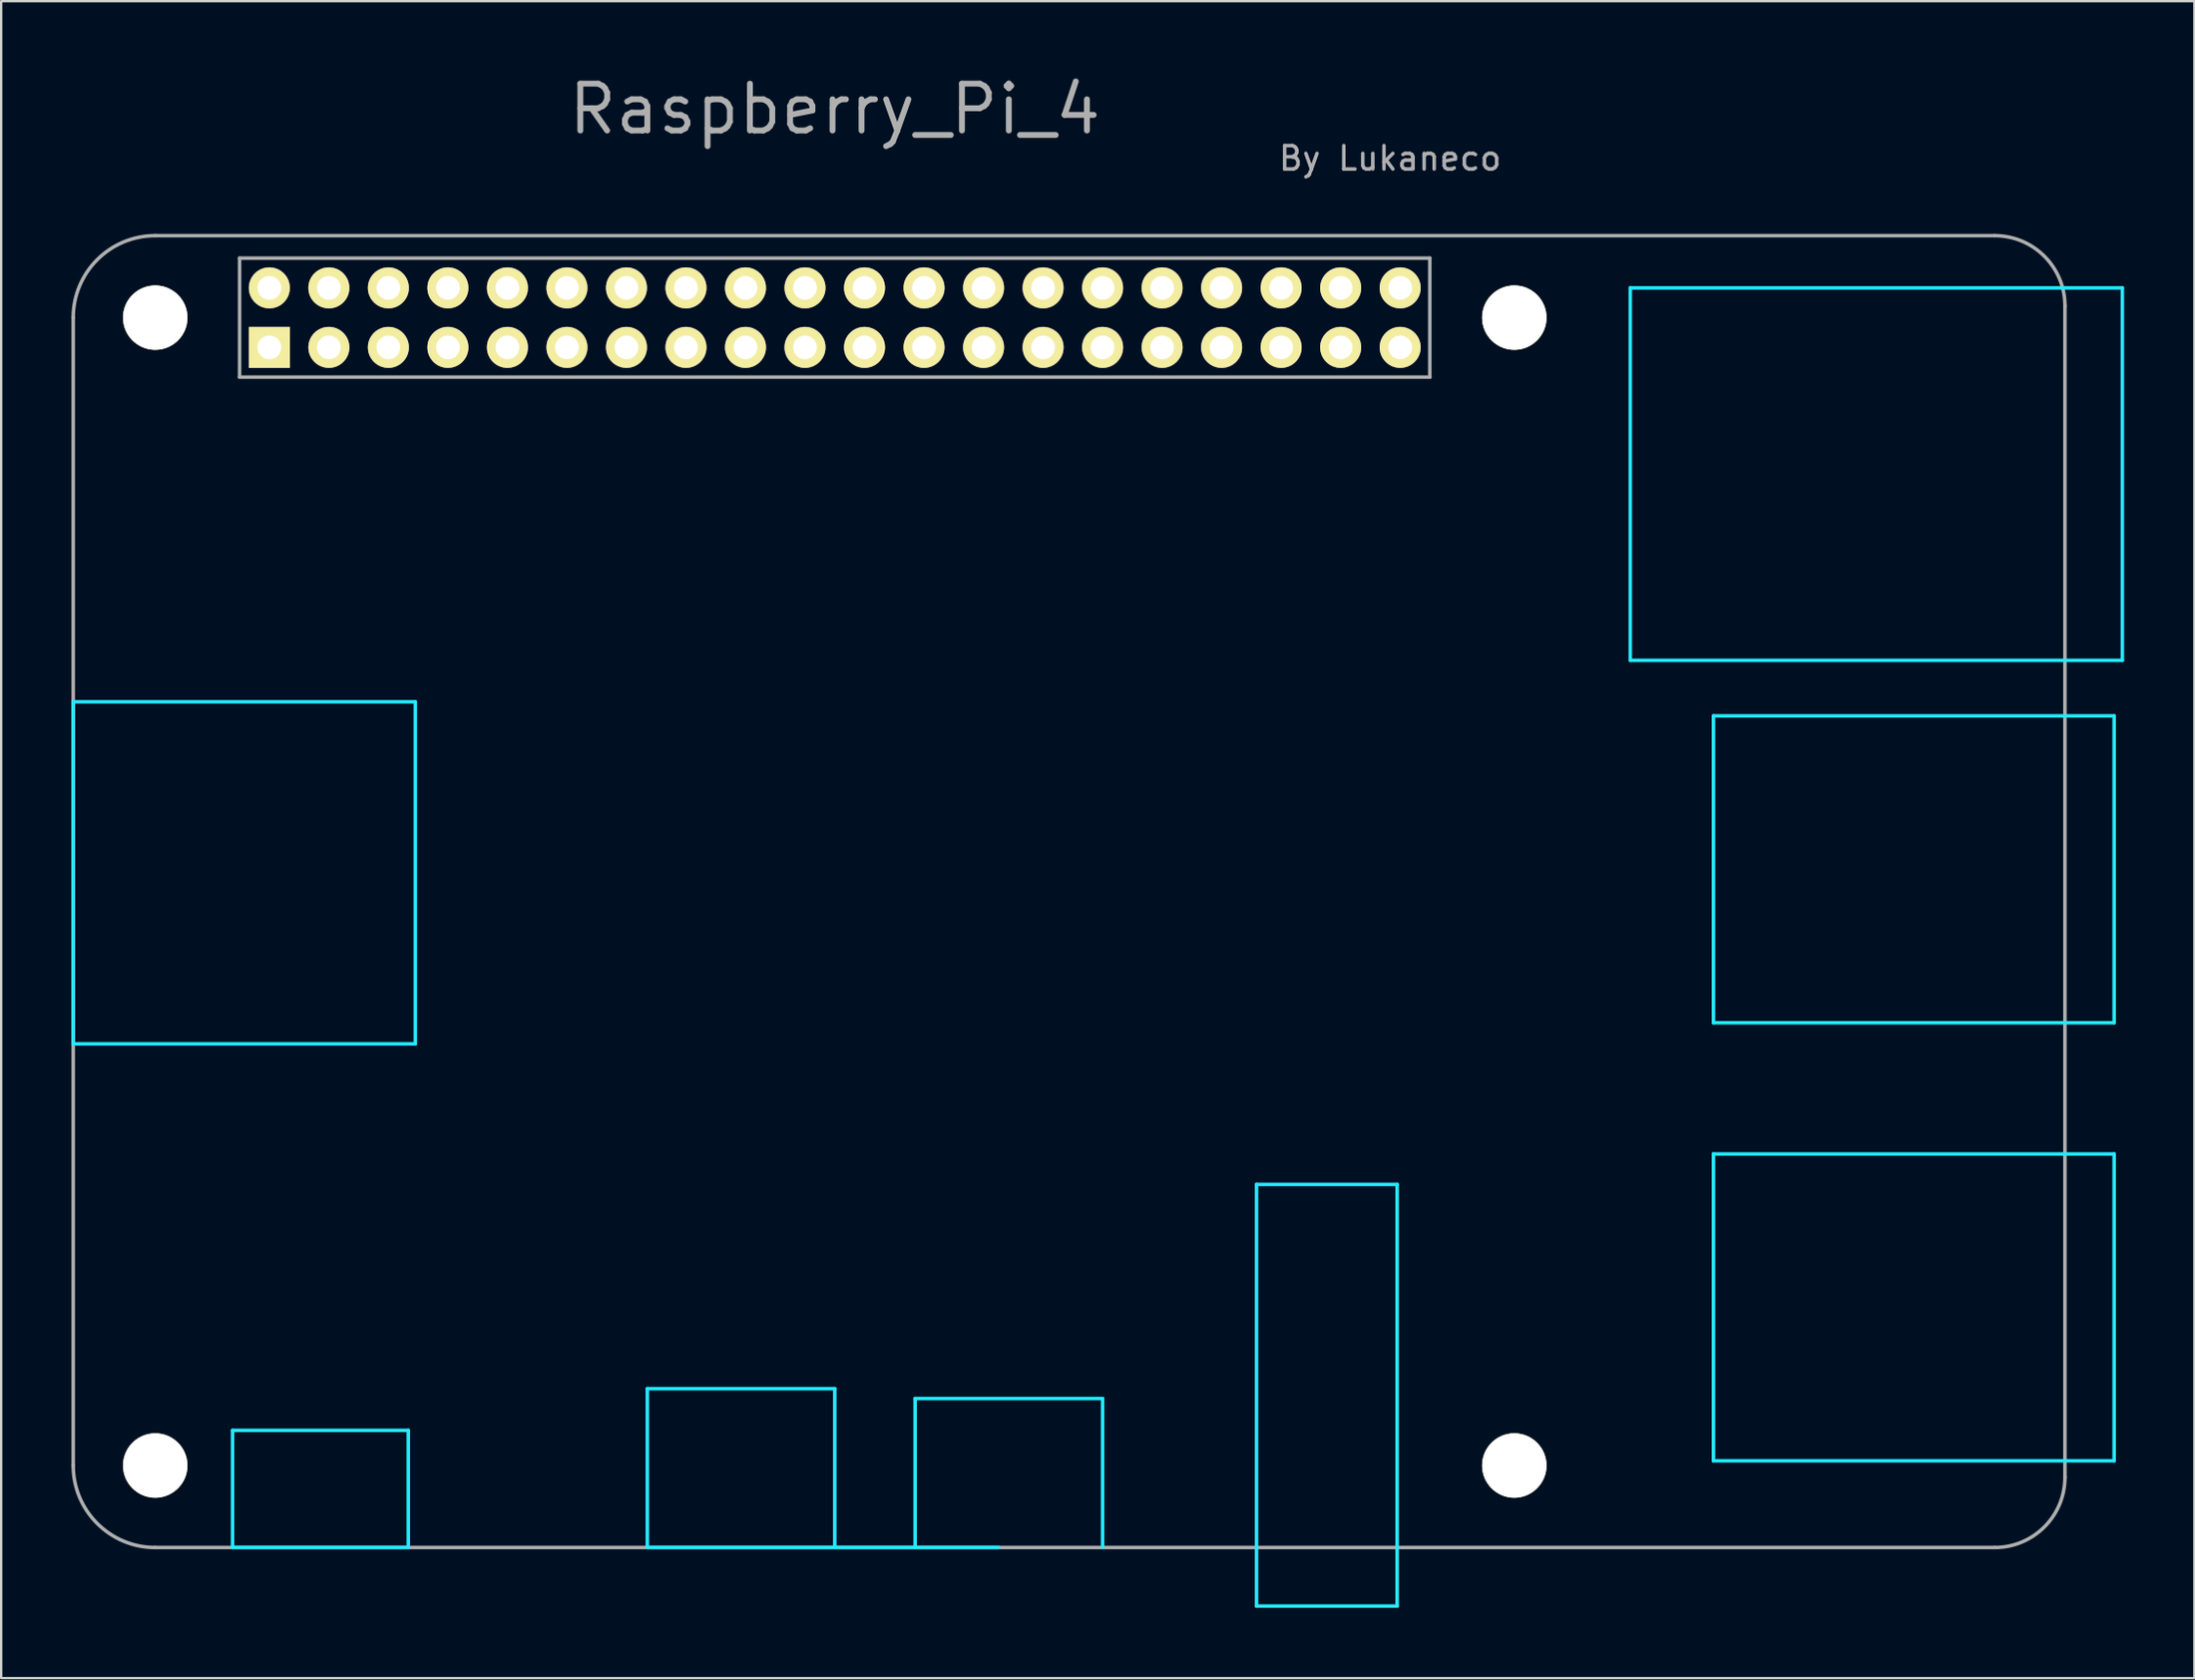
<source format=kicad_pcb>
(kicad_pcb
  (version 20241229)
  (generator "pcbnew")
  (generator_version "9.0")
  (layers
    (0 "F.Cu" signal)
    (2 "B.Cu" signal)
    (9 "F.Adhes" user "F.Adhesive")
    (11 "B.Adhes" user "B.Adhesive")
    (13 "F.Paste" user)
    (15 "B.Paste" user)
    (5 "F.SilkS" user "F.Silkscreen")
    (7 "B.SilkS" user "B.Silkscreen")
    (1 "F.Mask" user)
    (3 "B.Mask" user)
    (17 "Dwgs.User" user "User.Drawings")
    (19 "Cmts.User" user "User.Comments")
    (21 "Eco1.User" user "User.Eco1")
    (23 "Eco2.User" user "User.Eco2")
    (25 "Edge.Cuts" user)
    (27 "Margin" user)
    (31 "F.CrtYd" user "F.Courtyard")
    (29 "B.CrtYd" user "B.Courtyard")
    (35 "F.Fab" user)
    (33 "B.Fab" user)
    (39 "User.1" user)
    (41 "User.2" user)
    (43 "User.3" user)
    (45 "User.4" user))
  (footprint "Raspberry_Pi_4"
    (layer "F.Cu")
    (at 32.575 10.509)
    (property "Reference" "Raspberry_Pi_4" (at 0 -8.9 0) (layer "F.Fab") (effects (font (size 2 2) (thickness 0.25))))
    (attr through_hole)
    (fp_line (start -32.5 16.4) (end -32.5 31) (stroke (width 0.15) (type solid)) (layer "B.CrtYd"))
    (fp_line (start -25.7 52.5) (end -25.7 47.5) (stroke (width 0.15) (type solid)) (layer "B.CrtYd"))
    (fp_line (start -18.2 47.5) (end -25.7 47.5) (stroke (width 0.15) (type solid)) (layer "B.CrtYd"))
    (fp_line (start -18.2 52.5) (end -25.7 52.5) (stroke (width 0.15) (type solid)) (layer "B.CrtYd"))
    (fp_line (start -18.2 52.5) (end -18.2 47.5) (stroke (width 0.15) (type solid)) (layer "B.CrtYd"))
    (fp_line (start -17.9 16.4) (end -32.5 16.4) (stroke (width 0.15) (type solid)) (layer "B.CrtYd"))
    (fp_line (start -17.9 16.4) (end -17.9 31) (stroke (width 0.15) (type solid)) (layer "B.CrtYd"))
    (fp_line (start -17.9 31) (end -32.5 31) (stroke (width 0.15) (type solid)) (layer "B.CrtYd"))
    (fp_line (start -8 45.72) (end -8 52.5) (stroke (width 0.15) (type solid)) (layer "B.CrtYd"))
    (fp_line (start -8 45.72) (end 0 45.72) (stroke (width 0.15) (type solid)) (layer "B.CrtYd"))
    (fp_line (start 0 52.5) (end 0 45.72) (stroke (width 0.15) (type solid)) (layer "B.CrtYd"))
    (fp_line (start 3.43 46.14) (end 3.43 52.502) (stroke (width 0.15) (type solid)) (layer "B.CrtYd"))
    (fp_line (start 3.43 46.14) (end 11.43 46.14) (stroke (width 0.15) (type solid)) (layer "B.CrtYd"))
    (fp_line (start 7 52.5) (end -8 52.5) (stroke (width 0.15) (type solid)) (layer "B.CrtYd"))
    (fp_line (start 11.43 52.502) (end 11.43 46.14) (stroke (width 0.15) (type solid)) (layer "B.CrtYd"))
    (fp_line (start 18 37) (end 18 55) (stroke (width 0.15) (type solid)) (layer "B.CrtYd"))
    (fp_line (start 18 55) (end 24 55) (stroke (width 0.15) (type solid)) (layer "B.CrtYd"))
    (fp_line (start 24 37) (end 18 37) (stroke (width 0.15) (type solid)) (layer "B.CrtYd"))
    (fp_line (start 24 55) (end 24 37) (stroke (width 0.15) (type solid)) (layer "B.CrtYd"))
    (fp_line (start 33.95 -1.27) (end 54.95 -1.27) (stroke (width 0.15) (type solid)) (layer "B.CrtYd"))
    (fp_line (start 33.95 14.63) (end 33.95 -1.27) (stroke (width 0.15) (type solid)) (layer "B.CrtYd"))
    (fp_line (start 37.5 17) (end 54.6 17) (stroke (width 0.15) (type solid)) (layer "B.CrtYd"))
    (fp_line (start 37.5 30.1) (end 37.5 17) (stroke (width 0.15) (type solid)) (layer "B.CrtYd"))
    (fp_line (start 37.5 35.7) (end 37.5 48.8) (stroke (width 0.15) (type solid)) (layer "B.CrtYd"))
    (fp_line (start 37.5 35.7) (end 54.6 35.7) (stroke (width 0.15) (type solid)) (layer "B.CrtYd"))
    (fp_line (start 54.6 30.1) (end 37.5 30.1) (stroke (width 0.15) (type solid)) (layer "B.CrtYd"))
    (fp_line (start 54.6 30.1) (end 54.6 17) (stroke (width 0.15) (type solid)) (layer "B.CrtYd"))
    (fp_line (start 54.6 48.8) (end 37.5 48.8) (stroke (width 0.15) (type solid)) (layer "B.CrtYd"))
    (fp_line (start 54.6 48.8) (end 54.6 35.7) (stroke (width 0.15) (type solid)) (layer "B.CrtYd"))
    (fp_line (start 54.95 14.63) (end 33.95 14.63) (stroke (width 0.15) (type solid)) (layer "B.CrtYd"))
    (fp_line (start 54.95 14.63) (end 54.95 -1.27) (stroke (width 0.15) (type solid)) (layer "B.CrtYd"))
    (fp_line (start -32.5 49) (end -32.5 0) (stroke (width 0.15) (type solid)) (layer "F.Fab"))
    (fp_line (start -29 52.5) (end 49.5 52.5) (stroke (width 0.15) (type solid)) (layer "F.Fab"))
    (fp_line (start -25.4 -2.54) (end -25.4 2.54) (stroke (width 0.15) (type solid)) (layer "F.Fab"))
    (fp_line (start -25.4 -2.54) (end 25.4 -2.54) (stroke (width 0.15) (type solid)) (layer "F.Fab"))
    (fp_line (start 25.395 2.54) (end 25.395 -2.54) (stroke (width 0.15) (type solid)) (layer "F.Fab"))
    (fp_line (start 25.4 2.54) (end -25.4 2.54) (stroke (width 0.15) (type solid)) (layer "F.Fab"))
    (fp_line (start 49.5 -3.5) (end -29 -3.5) (stroke (width 0.15) (type solid)) (layer "F.Fab"))
    (fp_line (start 52.5 49.5) (end 52.5 -0.5) (stroke (width 0.15) (type solid)) (layer "F.Fab"))
    (fp_arc (start -32.5 0) (mid -31.474874 -2.474874) (end -29 -3.5) (stroke (width 0.15) (type solid)) (layer "F.Fab"))
    (fp_arc (start -29 52.5) (mid -31.474874 51.474874) (end -32.5 49) (stroke (width 0.15) (type solid)) (layer "F.Fab"))
    (fp_arc (start 49.5 -3.5) (mid 51.62132 -2.62132) (end 52.5 -0.5) (stroke (width 0.15) (type solid)) (layer "F.Fab"))
    (fp_arc (start 52.5 49.5) (mid 51.62132 51.62132) (end 49.5 52.5) (stroke (width 0.15) (type solid)) (layer "F.Fab"))
    (fp_text user "By Lukaneco" (at 23.7 -6.8 0) (layer "F.Fab") (effects (font (size 1 1) (thickness 0.15))))
    (pad "" np_thru_hole circle (at -29 0) (size 2.75 2.75) (drill 2.75) (layers "*.Cu" "*.Mask" "F.SilkS"))
    (pad "" np_thru_hole circle (at -29 49) (size 2.75 2.75) (drill 2.75) (layers "*.Cu" "*.Mask" "F.SilkS"))
    (pad "" np_thru_hole circle (at 29 0) (size 2.75 2.75) (drill 2.75) (layers "*.Cu" "*.Mask" "F.SilkS"))
    (pad "" np_thru_hole circle (at 29 49) (size 2.75 2.75) (drill 2.75) (layers "*.Cu" "*.Mask" "F.SilkS"))
    (pad "1" thru_hole rect (at -24.13 1.27) (size 1.75 1.75) (drill 1.016) (layers "*.Cu" "*.Mask" "F.SilkS"))
    (pad "2" thru_hole circle (at -24.13 -1.27) (size 1.75 1.75) (drill 1.016) (layers "*.Cu" "*.Mask" "F.SilkS"))
    (pad "3" thru_hole circle (at -21.59 1.27) (size 1.75 1.75) (drill 1.016) (layers "*.Cu" "*.Mask" "F.SilkS"))
    (pad "4" thru_hole circle (at -21.59 -1.27) (size 1.75 1.75) (drill 1.016) (layers "*.Cu" "*.Mask" "F.SilkS"))
    (pad "5" thru_hole circle (at -19.05 1.27) (size 1.75 1.75) (drill 1.016) (layers "*.Cu" "*.Mask" "F.SilkS"))
    (pad "6" thru_hole circle (at -19.05 -1.27) (size 1.75 1.75) (drill 1.016) (layers "*.Cu" "*.Mask" "F.SilkS"))
    (pad "7" thru_hole circle (at -16.51 1.27) (size 1.75 1.75) (drill 1.016) (layers "*.Cu" "*.Mask" "F.SilkS"))
    (pad "8" thru_hole circle (at -16.51 -1.27) (size 1.75 1.75) (drill 1.016) (layers "*.Cu" "*.Mask" "F.SilkS"))
    (pad "9" thru_hole circle (at -13.97 1.27) (size 1.75 1.75) (drill 1.016) (layers "*.Cu" "*.Mask" "F.SilkS"))
    (pad "10" thru_hole circle (at -13.97 -1.27) (size 1.75 1.75) (drill 1.016) (layers "*.Cu" "*.Mask" "F.SilkS"))
    (pad "11" thru_hole circle (at -11.43 1.27) (size 1.75 1.75) (drill 1.016) (layers "*.Cu" "*.Mask" "F.SilkS"))
    (pad "12" thru_hole circle (at -11.43 -1.27) (size 1.75 1.75) (drill 1.016) (layers "*.Cu" "*.Mask" "F.SilkS"))
    (pad "13" thru_hole circle (at -8.89 1.27) (size 1.75 1.75) (drill 1.016) (layers "*.Cu" "*.Mask" "F.SilkS"))
    (pad "14" thru_hole circle (at -8.89 -1.27) (size 1.75 1.75) (drill 1.016) (layers "*.Cu" "*.Mask" "F.SilkS"))
    (pad "15" thru_hole circle (at -6.35 1.27) (size 1.75 1.75) (drill 1.016) (layers "*.Cu" "*.Mask" "F.SilkS"))
    (pad "16" thru_hole circle (at -6.35 -1.27) (size 1.75 1.75) (drill 1.016) (layers "*.Cu" "*.Mask" "F.SilkS"))
    (pad "17" thru_hole circle (at -3.81 1.27) (size 1.75 1.75) (drill 1.016) (layers "*.Cu" "*.Mask" "F.SilkS"))
    (pad "18" thru_hole circle (at -3.81 -1.27) (size 1.75 1.75) (drill 1.016) (layers "*.Cu" "*.Mask" "F.SilkS"))
    (pad "19" thru_hole circle (at -1.27 1.27) (size 1.75 1.75) (drill 1.016) (layers "*.Cu" "*.Mask" "F.SilkS"))
    (pad "20" thru_hole circle (at -1.27 -1.27) (size 1.75 1.75) (drill 1.016) (layers "*.Cu" "*.Mask" "F.SilkS"))
    (pad "21" thru_hole circle (at 1.27 1.27) (size 1.75 1.75) (drill 1.016) (layers "*.Cu" "*.Mask" "F.SilkS"))
    (pad "22" thru_hole circle (at 1.27 -1.27) (size 1.75 1.75) (drill 1.016) (layers "*.Cu" "*.Mask" "F.SilkS"))
    (pad "23" thru_hole circle (at 3.81 1.27) (size 1.75 1.75) (drill 1.016) (layers "*.Cu" "*.Mask" "F.SilkS"))
    (pad "24" thru_hole circle (at 3.81 -1.27) (size 1.75 1.75) (drill 1.016) (layers "*.Cu" "*.Mask" "F.SilkS"))
    (pad "25" thru_hole circle (at 6.35 1.27) (size 1.75 1.75) (drill 1.016) (layers "*.Cu" "*.Mask" "F.SilkS"))
    (pad "26" thru_hole circle (at 6.35 -1.27) (size 1.75 1.75) (drill 1.016) (layers "*.Cu" "*.Mask" "F.SilkS"))
    (pad "27" thru_hole circle (at 8.89 1.27) (size 1.75 1.75) (drill 1.016) (layers "*.Cu" "*.Mask" "F.SilkS"))
    (pad "28" thru_hole circle (at 8.89 -1.27) (size 1.75 1.75) (drill 1.016) (layers "*.Cu" "*.Mask" "F.SilkS"))
    (pad "29" thru_hole circle (at 11.43 1.27) (size 1.75 1.75) (drill 1.016) (layers "*.Cu" "*.Mask" "F.SilkS"))
    (pad "30" thru_hole circle (at 11.43 -1.27) (size 1.75 1.75) (drill 1.016) (layers "*.Cu" "*.Mask" "F.SilkS"))
    (pad "31" thru_hole circle (at 13.97 1.27) (size 1.75 1.75) (drill 1.016) (layers "*.Cu" "*.Mask" "F.SilkS"))
    (pad "32" thru_hole circle (at 13.97 -1.27) (size 1.75 1.75) (drill 1.016) (layers "*.Cu" "*.Mask" "F.SilkS"))
    (pad "33" thru_hole circle (at 16.51 1.27) (size 1.75 1.75) (drill 1.016) (layers "*.Cu" "*.Mask" "F.SilkS"))
    (pad "34" thru_hole circle (at 16.51 -1.27) (size 1.75 1.75) (drill 1.016) (layers "*.Cu" "*.Mask" "F.SilkS"))
    (pad "35" thru_hole circle (at 19.05 1.27) (size 1.75 1.75) (drill 1.016) (layers "*.Cu" "*.Mask" "F.SilkS"))
    (pad "36" thru_hole circle (at 19.05 -1.27) (size 1.75 1.75) (drill 1.016) (layers "*.Cu" "*.Mask" "F.SilkS"))
    (pad "37" thru_hole circle (at 21.59 1.27) (size 1.75 1.75) (drill 1.016) (layers "*.Cu" "*.Mask" "F.SilkS"))
    (pad "38" thru_hole circle (at 21.59 -1.27) (size 1.75 1.75) (drill 1.016) (layers "*.Cu" "*.Mask" "F.SilkS"))
    (pad "39" thru_hole circle (at 24.13 1.27) (size 1.75 1.75) (drill 1.016) (layers "*.Cu" "*.Mask" "F.SilkS"))
    (pad "40" thru_hole circle (at 24.13 -1.27) (size 1.75 1.75) (drill 1.016) (layers "*.Cu" "*.Mask" "F.SilkS")))
  (gr_rect
    (start -3 -3)
    (end 90.6 68.584)
    (stroke (width 0.1) (type default))
    (fill no)
    (layer "Edge.Cuts")))
</source>
